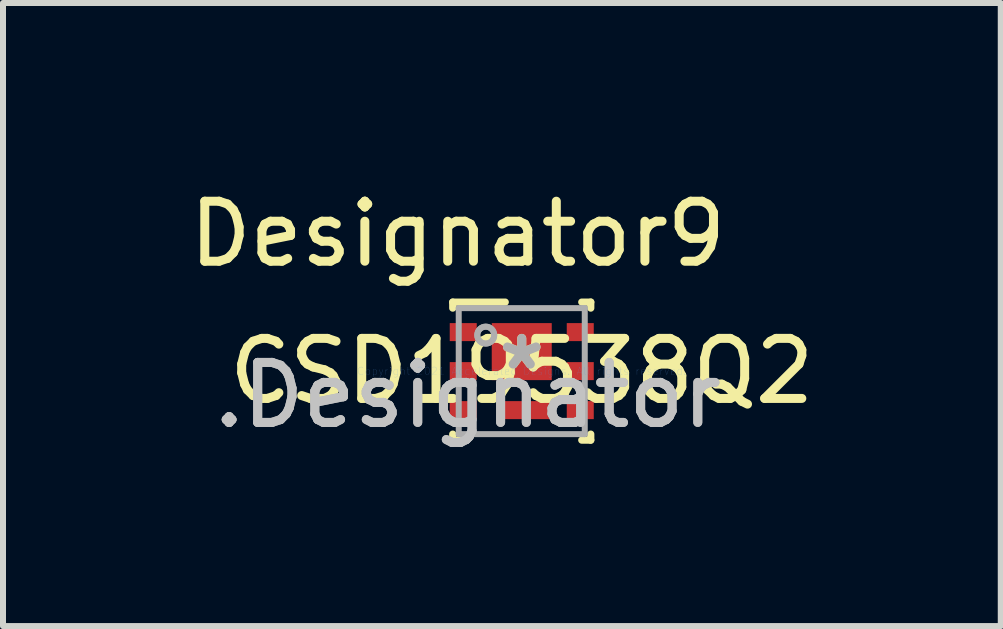
<source format=kicad_pcb>
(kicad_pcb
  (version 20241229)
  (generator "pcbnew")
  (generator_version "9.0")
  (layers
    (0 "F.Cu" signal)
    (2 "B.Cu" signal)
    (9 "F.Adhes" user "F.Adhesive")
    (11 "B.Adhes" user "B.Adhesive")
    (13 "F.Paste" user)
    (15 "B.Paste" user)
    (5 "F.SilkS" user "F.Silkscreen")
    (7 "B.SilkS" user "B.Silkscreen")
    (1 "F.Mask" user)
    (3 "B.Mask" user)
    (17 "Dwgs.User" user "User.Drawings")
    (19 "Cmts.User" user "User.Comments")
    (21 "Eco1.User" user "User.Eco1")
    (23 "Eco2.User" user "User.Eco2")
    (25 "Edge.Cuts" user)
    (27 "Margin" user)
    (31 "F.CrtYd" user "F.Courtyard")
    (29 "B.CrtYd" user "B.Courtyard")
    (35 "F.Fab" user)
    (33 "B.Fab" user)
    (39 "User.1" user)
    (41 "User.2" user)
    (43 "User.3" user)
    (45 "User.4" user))
  (footprint "CSD19538Q2"
    (layer "F.Cu")
    (at 5.644 3.134)
    (property "Reference" "CSD19538Q2" (at 0 0 0) (layer "F.SilkS") (effects (font (size 1 1) (thickness 0.15))))
    (attr through_hole)
    (fp_line (start -1.15 -1.15) (end -0.275 -1.15) (stroke (width 0.12) (type solid)) (layer "F.SilkS"))
    (fp_line (start -1.15 -1.05) (end -1.15 -1.15) (stroke (width 0.12) (type solid)) (layer "F.SilkS"))
    (fp_line (start -1.15 1.15) (end -1.15 1.05) (stroke (width 0.12) (type solid)) (layer "F.SilkS"))
    (fp_line (start -1.15 1.15) (end -1 1.15) (stroke (width 0.12) (type solid)) (layer "F.SilkS"))
    (fp_line (start 1 -1.15) (end 1.15 -1.15) (stroke (width 0.12) (type solid)) (layer "F.SilkS"))
    (fp_line (start 1 1.15) (end 1.15 1.15) (stroke (width 0.12) (type solid)) (layer "F.SilkS"))
    (fp_line (start 1.15 -1.05) (end 1.15 -1.15) (stroke (width 0.12) (type solid)) (layer "F.SilkS"))
    (fp_line (start 1.15 1.15) (end 1.15 1.05) (stroke (width 0.12) (type solid)) (layer "F.SilkS"))
    (fp_poly (pts (xy -0.45 0.053) (xy -0.45 -0.703) (xy -0.449 -0.713) (xy -0.446 -0.723) (xy -0.441 -0.732) (xy -0.435 -0.74) (xy -0.427 -0.746) (xy -0.418 -0.751) (xy -0.408 -0.754) (xy -0.398 -0.755) (xy 0.398 -0.755) (xy 0.408 -0.754) (xy 0.418 -0.751) (xy 0.427 -0.746) (xy 0.435 -0.74) (xy 0.441 -0.732) (xy 0.446 -0.723) (xy 0.449 -0.713) (xy 0.45 -0.703) (xy 0.45 0.053) (xy 0.449 0.063) (xy 0.446 0.073) (xy 0.441 0.082) (xy 0.435 0.09) (xy 0.427 0.096) (xy 0.418 0.101) (xy 0.408 0.104) (xy 0.398 0.105) (xy -0.398 0.105) (xy -0.408 0.104) (xy -0.418 0.101) (xy -0.427 0.096) (xy -0.435 0.09) (xy -0.441 0.082) (xy -0.446 0.073) (xy -0.449 0.063)) (stroke (width 0.1) (type solid)) (fill yes) (layer "F.Paste"))
    (fp_poly (pts (xy -0.255 0.746) (xy -0.255 0.554) (xy -0.254 0.545) (xy -0.251 0.535) (xy -0.247 0.527) (xy -0.241 0.519) (xy -0.233 0.513) (xy -0.225 0.509) (xy -0.215 0.506) (xy -0.206 0.505) (xy 0.396 0.505) (xy 0.405 0.506) (xy 0.415 0.509) (xy 0.423 0.513) (xy 0.431 0.519) (xy 0.437 0.527) (xy 0.441 0.535) (xy 0.444 0.545) (xy 0.445 0.554) (xy 0.445 0.746) (xy 0.444 0.755) (xy 0.441 0.765) (xy 0.437 0.773) (xy 0.431 0.781) (xy 0.423 0.787) (xy 0.415 0.791) (xy 0.405 0.794) (xy 0.396 0.795) (xy -0.206 0.795) (xy -0.215 0.794) (xy -0.225 0.791) (xy -0.233 0.787) (xy -0.241 0.781) (xy -0.247 0.773) (xy -0.251 0.765) (xy -0.254 0.755)) (stroke (width 0.1) (type solid)) (fill yes) (layer "F.Paste"))
    (fp_line (start -1.05 -1.05) (end 1.05 -1.05) (stroke (width 0.1) (type solid)) (layer "F.Fab"))
    (fp_line (start -1.05 1.05) (end -1.05 -1.05) (stroke (width 0.1) (type solid)) (layer "F.Fab"))
    (fp_line (start -1.05 1.05) (end 1.05 1.05) (stroke (width 0.1) (type solid)) (layer "F.Fab"))
    (fp_line (start 1.05 1.05) (end 1.05 -1.05) (stroke (width 0.1) (type solid)) (layer "F.Fab"))
    (fp_circle (center -0.6 -0.6) (end -0.459 -0.6) (stroke (width 0.1) (type solid)) (fill no) (layer "F.Fab"))
    (fp_circle (center -0.6 -0.6) (end -0.459 -0.6) (stroke (width 0.1) (type solid)) (fill no) (layer "F.Fab"))
    (fp_text user "Designator9" (at -1.067 -2.286 0) (layer "F.SilkS") (effects (font (size 1 1) (thickness 0.15))))
    (fp_text user "*" (at 0 0 0) (layer "F.SilkS") (effects (font (size 1 1) (thickness 0.15))))
    (fp_text user ".Designator" (at -0.9 0.4 0) (layer "Dwgs.User") (effects (font (size 1 1) (thickness 0.15))))
    (fp_text user "Copyright 2021 Accelerated Designs. All rights reserved." (at 0 0 0) (layer "Cmts.User") (effects (font (size 0.127 0.127) (thickness 0.002))))
    (fp_text user "*" (at 0 0 0) (layer "F.Fab") (effects (font (size 1 1) (thickness 0.15))))
    (fp_text user ".Designator" (at -0.9 0.4 0) (layer "F.Fab") (effects (font (size 1 1) (thickness 0.15))))
    (pad "1" smd rect (at -0.975 -0.65) (size 0.45 0.3) (layers "F.Cu" "F.Mask" "F.Paste"))
    (pad "2" smd rect (at -0.975 0) (size 0.45 0.3) (layers "F.Cu" "F.Mask" "F.Paste"))
    (pad "3" smd rect (at -0.975 0.65) (size 0.45 0.3) (layers "F.Cu" "F.Mask" "F.Paste"))
    (pad "4" smd rect (at 0.975 0.65) (size 0.45 0.3) (layers "F.Cu" "F.Mask" "F.Paste"))
    (pad "5" smd rect (at 0.975 0) (size 0.45 0.3) (layers "F.Cu" "F.Mask" "F.Paste"))
    (pad "6" smd rect (at 0.975 -0.65) (size 0.45 0.3) (layers "F.Cu" "F.Mask" "F.Paste"))
    (pad "7" smd rect (at 0.095 0.65) (size 0.75 0.3) (layers "F.Cu" "F.Mask"))
    (pad "8" smd rect (at 0 -0.325) (size 1 0.95) (layers "F.Cu" "F.Mask")))
  (gr_rect
    (start -3 -3)
    (end 13.626 7.382)
    (stroke (width 0.1) (type default))
    (fill no)
    (layer "Edge.Cuts")))
</source>
